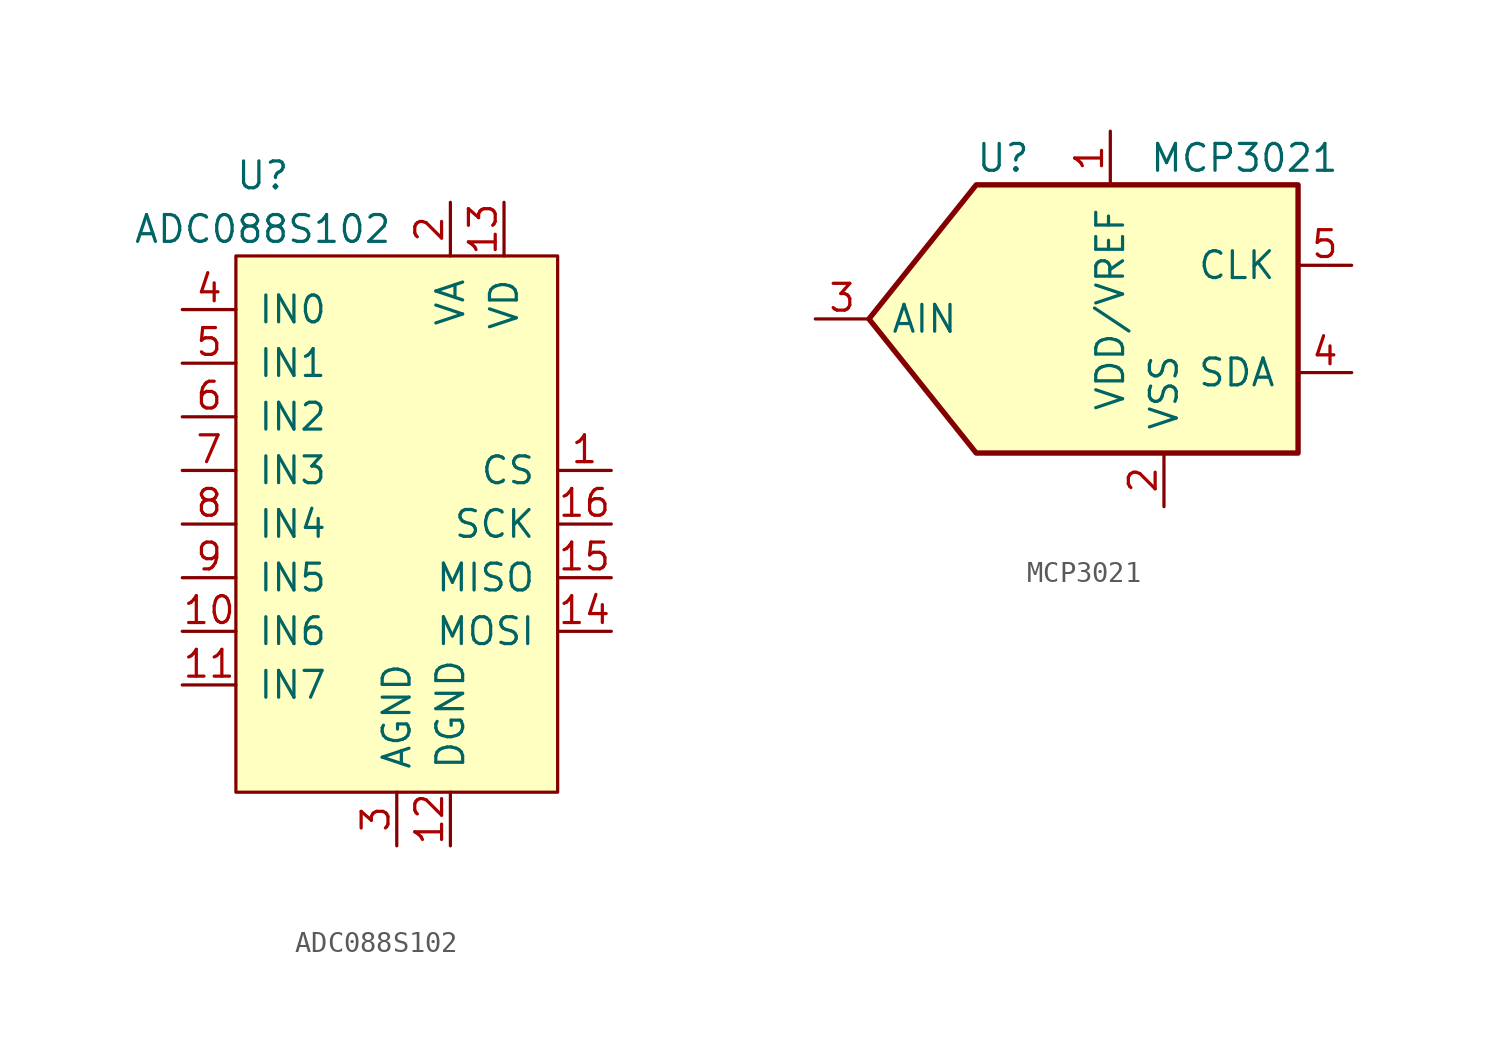
<source format=kicad_sym>
(kicad_symbol_lib
  (version 20220914)
  (generator kicad_symbol_editor)
  (symbol "ADC088S102"
    (pin_names
      (offset 1.016))
    (property "Reference" "U"
      (at -6.35 16.51 0)
      (effects (font (size 1.27 1.27))))
    (property "Value" "ADC088S102"
      (at -6.35 13.97 0)
      (effects (font (size 1.27 1.27))))
    (symbol "ADC088S102_0_1"
      (rectangle (start -7.62 12.7) (end 7.62 -12.7) (stroke (width 0) (type default)) (fill (type background))))
    (symbol "ADC088S102_1_1"
      (pin input line (at 10.16 2.54 180) (length 2.54) (name "CS" (effects (font (size 1.27 1.27)))) (number "1" (effects (font (size 1.27 1.27)))))
      (pin input line (at -10.16 -5.08 0) (length 2.54) (name "IN6" (effects (font (size 1.27 1.27)))) (number "10" (effects (font (size 1.27 1.27)))))
      (pin input line (at -10.16 -7.62 0) (length 2.54) (name "IN7" (effects (font (size 1.27 1.27)))) (number "11" (effects (font (size 1.27 1.27)))))
      (pin power_in line (at 2.54 -15.24 90) (length 2.54) (name "DGND" (effects (font (size 1.27 1.27)))) (number "12" (effects (font (size 1.27 1.27)))))
      (pin power_in line (at 5.08 15.24 270) (length 2.54) (name "VD" (effects (font (size 1.27 1.27)))) (number "13" (effects (font (size 1.27 1.27)))))
      (pin input line (at 10.16 -5.08 180) (length 2.54) (name "MOSI" (effects (font (size 1.27 1.27)))) (number "14" (effects (font (size 1.27 1.27)))))
      (pin output line (at 10.16 -2.54 180) (length 2.54) (name "MISO" (effects (font (size 1.27 1.27)))) (number "15" (effects (font (size 1.27 1.27)))))
      (pin input line (at 10.16 0 180) (length 2.54) (name "SCK" (effects (font (size 1.27 1.27)))) (number "16" (effects (font (size 1.27 1.27)))))
      (pin power_in line (at 2.54 15.24 270) (length 2.54) (name "VA" (effects (font (size 1.27 1.27)))) (number "2" (effects (font (size 1.27 1.27)))))
      (pin power_in line (at 0 -15.24 90) (length 2.54) (name "AGND" (effects (font (size 1.27 1.27)))) (number "3" (effects (font (size 1.27 1.27)))))
      (pin input line (at -10.16 10.16 0) (length 2.54) (name "IN0" (effects (font (size 1.27 1.27)))) (number "4" (effects (font (size 1.27 1.27)))))
      (pin input line (at -10.16 7.62 0) (length 2.54) (name "IN1" (effects (font (size 1.27 1.27)))) (number "5" (effects (font (size 1.27 1.27)))))
      (pin input line (at -10.16 5.08 0) (length 2.54) (name "IN2" (effects (font (size 1.27 1.27)))) (number "6" (effects (font (size 1.27 1.27)))))
      (pin input line (at -10.16 2.54 0) (length 2.54) (name "IN3" (effects (font (size 1.27 1.27)))) (number "7" (effects (font (size 1.27 1.27)))))
      (pin input line (at -10.16 0 0) (length 2.54) (name "IN4" (effects (font (size 1.27 1.27)))) (number "8" (effects (font (size 1.27 1.27)))))
      (pin input line (at -10.16 -2.54 0) (length 2.54) (name "IN5" (effects (font (size 1.27 1.27)))) (number "9" (effects (font (size 1.27 1.27)))))))
  (symbol "MCP3021"
    (pin_names
      (offset 1.016))
    (property "Reference" "U"
      (at -6.35 7.62 0)
      (effects (font (size 1.27 1.27))))
    (property "Value" "MCP3021"
      (at 5.08 7.62 0)
      (effects (font (size 1.27 1.27))))
    (symbol "MCP3021_0_1"
      (polyline (pts (xy 7.62 6.35) (xy -7.62 6.35) (xy -12.7 0) (xy -7.62 -6.35) (xy 7.62 -6.35) (xy 7.62 6.35)) (stroke (width 0.254) (type default)) (fill (type background))))
    (symbol "MCP3021_1_1"
      (pin power_in line (at -1.27 8.89 270) (length 2.54) (name "VDD/VREF" (effects (font (size 1.27 1.27)))) (number "1" (effects (font (size 1.27 1.27)))))
      (pin power_in line (at 1.27 -8.89 90) (length 2.54) (name "VSS" (effects (font (size 1.27 1.27)))) (number "2" (effects (font (size 1.27 1.27)))))
      (pin passive line (at -15.24 0 0) (length 2.54) (name "AIN" (effects (font (size 1.27 1.27)))) (number "3" (effects (font (size 1.27 1.27)))))
      (pin bidirectional line (at 10.16 -2.54 180) (length 2.54) (name "SDA" (effects (font (size 1.27 1.27)))) (number "4" (effects (font (size 1.27 1.27)))))
      (pin input line (at 10.16 2.54 180) (length 2.54) (name "CLK" (effects (font (size 1.27 1.27)))) (number "5" (effects (font (size 1.27 1.27))))))))
</source>
